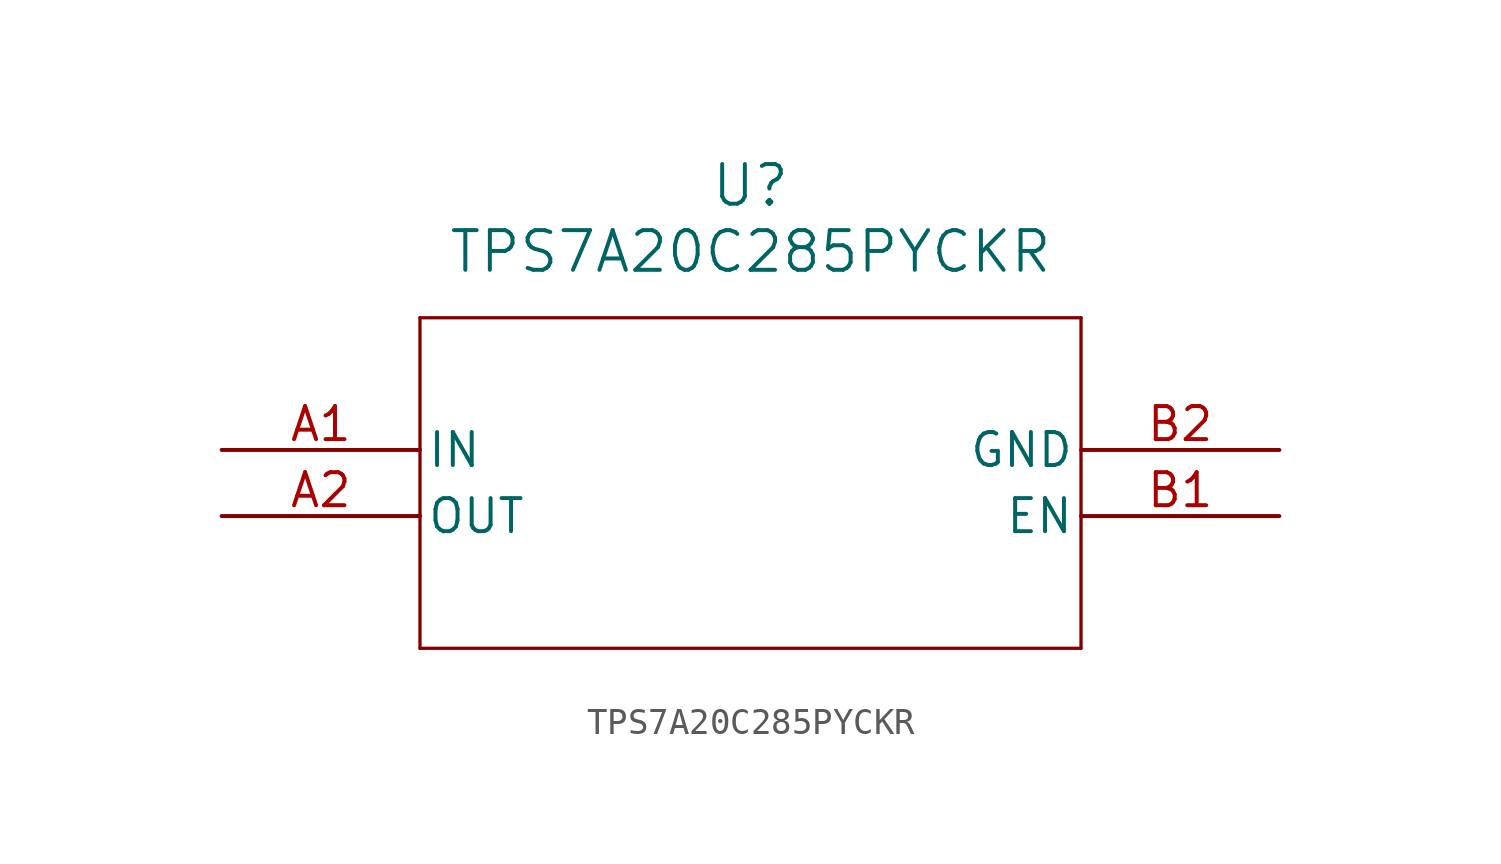
<source format=kicad_sym>
(kicad_symbol_lib
  (version 20211014)
  (generator kicad_symbol_editor)
  (symbol "TPS7A20C285PYCKR"
    (pin_names
      (offset 0.254))
    (property "Reference" "U"
      (at 20.32 10.16 0)
      (effects (font (size 1.524 1.524))))
    (property "Value" "TPS7A20C285PYCKR"
      (at 20.32 7.62 0)
      (effects (font (size 1.524 1.524))))
    (symbol "TPS7A20C285PYCKR_0_1"
      (polyline (pts (xy 7.62 5.08) (xy 7.62 -7.62)) (stroke (width 0.127) (type default) (color 0 0 0 0)) (fill (type none)))
      (polyline (pts (xy 7.62 -7.62) (xy 33.02 -7.62)) (stroke (width 0.127) (type default) (color 0 0 0 0)) (fill (type none)))
      (polyline (pts (xy 33.02 -7.62) (xy 33.02 5.08)) (stroke (width 0.127) (type default) (color 0 0 0 0)) (fill (type none)))
      (polyline (pts (xy 33.02 5.08) (xy 7.62 5.08)) (stroke (width 0.127) (type default) (color 0 0 0 0)) (fill (type none)))
      (pin input line (at 0 0 0) (length 7.62) (name "IN" (effects (font (size 1.27 1.27)))) (number "A1" (effects (font (size 1.27 1.27)))))
      (pin output line (at 0 -2.54 0) (length 7.62) (name "OUT" (effects (font (size 1.27 1.27)))) (number "A2" (effects (font (size 1.27 1.27)))))
      (pin input line (at 40.64 -2.54 180) (length 7.62) (name "EN" (effects (font (size 1.27 1.27)))) (number "B1" (effects (font (size 1.27 1.27)))))
      (pin power_out line (at 40.64 0 180) (length 7.62) (name "GND" (effects (font (size 1.27 1.27)))) (number "B2" (effects (font (size 1.27 1.27))))))))
</source>
